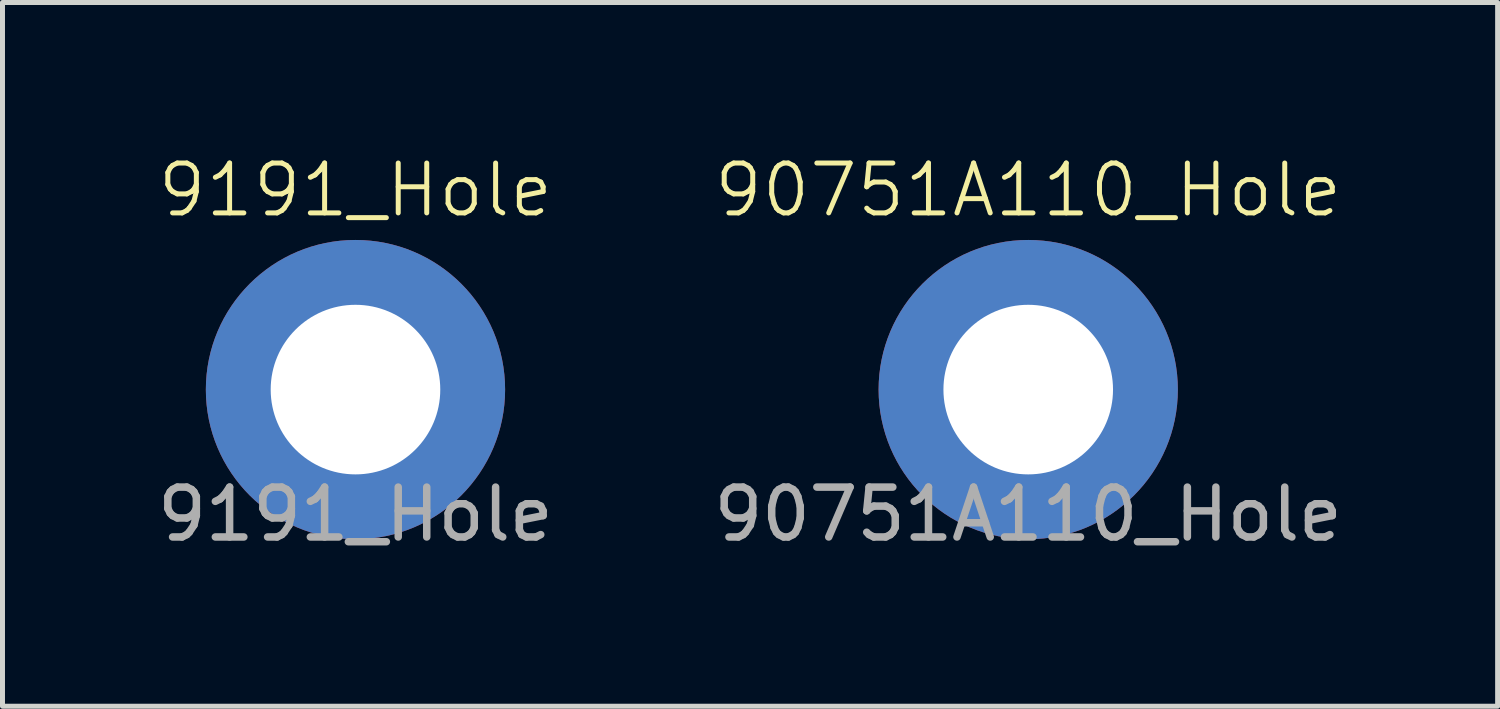
<source format=kicad_pcb>
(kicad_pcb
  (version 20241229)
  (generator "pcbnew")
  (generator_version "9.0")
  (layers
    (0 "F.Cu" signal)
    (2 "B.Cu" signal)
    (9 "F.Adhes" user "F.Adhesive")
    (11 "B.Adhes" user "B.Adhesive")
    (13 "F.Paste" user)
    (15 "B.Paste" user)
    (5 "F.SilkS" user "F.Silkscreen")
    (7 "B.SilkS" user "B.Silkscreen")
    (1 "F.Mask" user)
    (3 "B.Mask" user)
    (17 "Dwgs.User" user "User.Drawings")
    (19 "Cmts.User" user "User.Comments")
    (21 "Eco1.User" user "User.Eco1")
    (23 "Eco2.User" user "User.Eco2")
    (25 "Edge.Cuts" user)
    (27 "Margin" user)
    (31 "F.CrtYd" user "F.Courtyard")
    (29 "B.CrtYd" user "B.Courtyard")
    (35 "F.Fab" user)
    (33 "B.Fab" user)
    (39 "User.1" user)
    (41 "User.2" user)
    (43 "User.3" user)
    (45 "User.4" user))
  (footprint "9191_Hole"
    (layer "F.Cu")
    (at 4.077 4.761)
    (property "Reference" "9191_Hole" (at 0 -4 0) (unlocked yes) (layer "F.SilkS") (effects (font (size 1 1) (thickness 0.1))))
    (fp_text user "${REFERENCE}" (at 0 2.5 0) (unlocked yes) (layer "F.Fab") (effects (font (size 1 1) (thickness 0.15))))
    (pad "" np_thru_hole circle (at 0 0) (size 6 6) (drill 3.4) (layers "*.Cu" "*.Mask")))
  (footprint "90751A110_Hole"
    (layer "F.Cu")
    (at 17.565 4.761)
    (property "Reference" "90751A110_Hole" (at 0 -4 0) (unlocked yes) (layer "F.SilkS") (effects (font (size 1 1) (thickness 0.1))))
    (fp_text user "${REFERENCE}" (at 0 2.5 0) (unlocked yes) (layer "F.Fab") (effects (font (size 1 1) (thickness 0.15))))
    (pad "" np_thru_hole circle (at 0 0) (size 6 6) (drill 3.4) (layers "*.Cu" "*.Mask")))
  (gr_rect
    (start -3 -3)
    (end 26.976 11.109)
    (stroke (width 0.1) (type default))
    (fill no)
    (layer "Edge.Cuts")))
</source>
